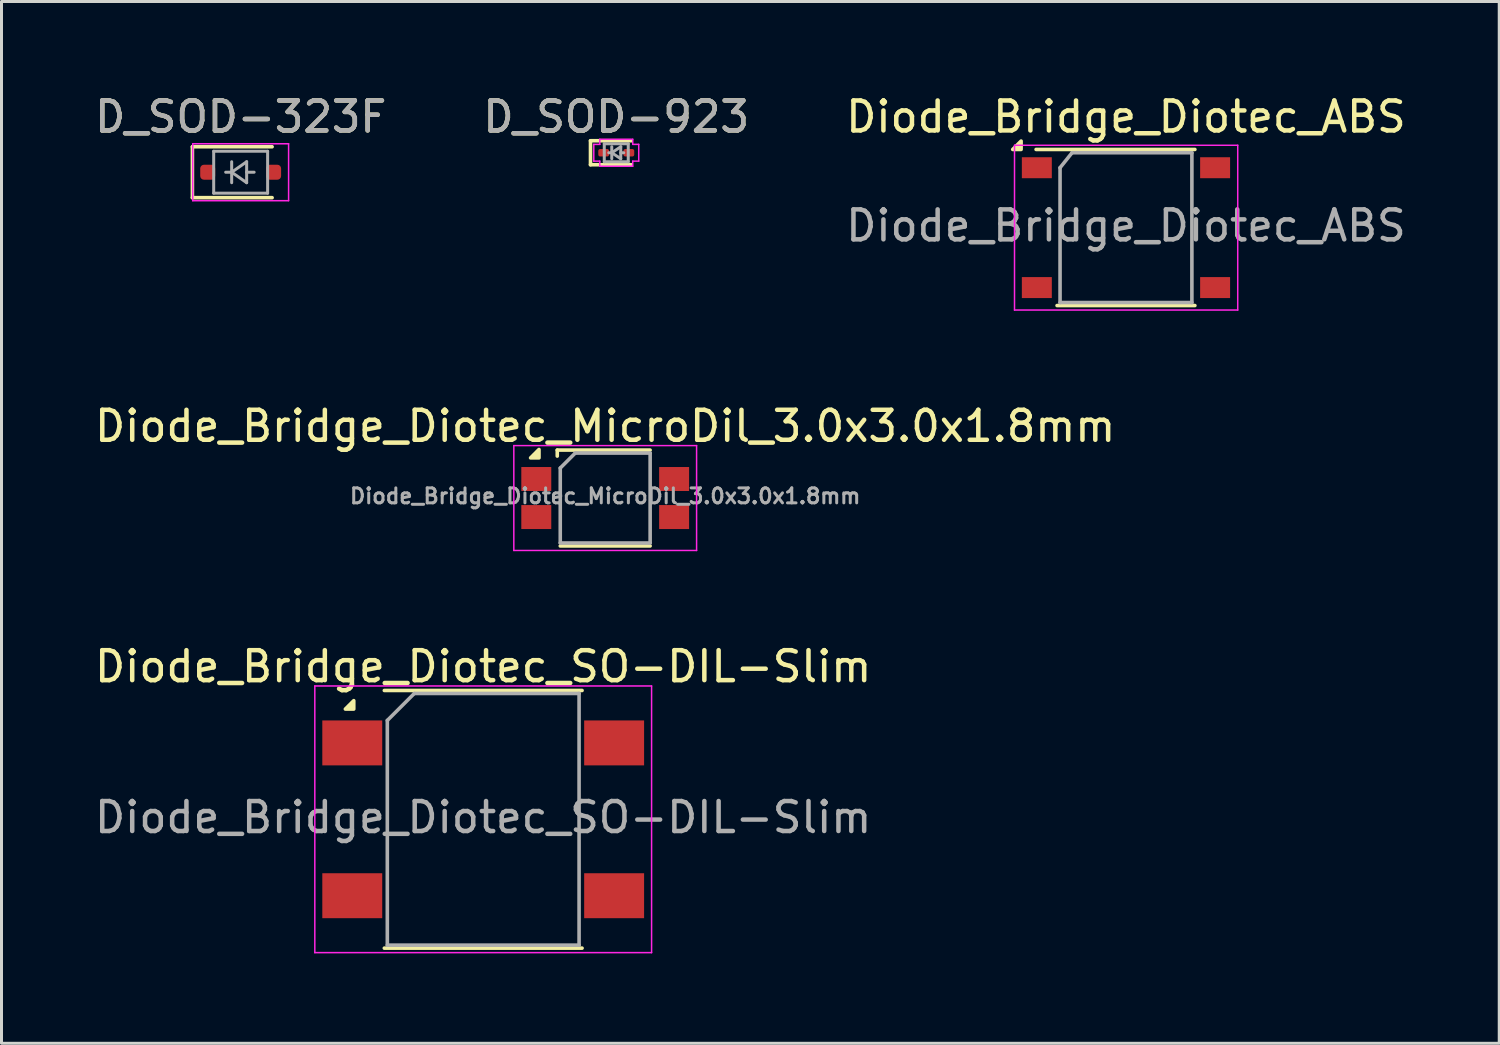
<source format=kicad_pcb>
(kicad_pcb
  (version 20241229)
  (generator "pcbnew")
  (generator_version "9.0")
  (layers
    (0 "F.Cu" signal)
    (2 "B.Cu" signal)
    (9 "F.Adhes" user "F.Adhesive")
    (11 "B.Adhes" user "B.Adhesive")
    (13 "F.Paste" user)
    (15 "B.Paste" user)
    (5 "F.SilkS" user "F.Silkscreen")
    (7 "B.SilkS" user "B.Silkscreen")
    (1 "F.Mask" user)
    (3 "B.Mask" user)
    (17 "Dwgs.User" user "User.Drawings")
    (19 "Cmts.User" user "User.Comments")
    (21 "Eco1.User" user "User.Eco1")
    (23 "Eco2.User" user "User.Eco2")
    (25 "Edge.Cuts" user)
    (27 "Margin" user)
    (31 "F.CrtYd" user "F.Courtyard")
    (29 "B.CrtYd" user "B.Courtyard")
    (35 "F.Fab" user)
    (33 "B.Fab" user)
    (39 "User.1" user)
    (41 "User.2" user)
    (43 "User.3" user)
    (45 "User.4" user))
  (footprint "Diode_Bridge_Diotec_MicroDil_3.0x3.0x1.8mm"
    (layer "F.Cu")
    (at 17.149 13.572)
    (property "Reference" "Diode_Bridge_Diotec_MicroDil_3.0x3.0x1.8mm" (at 0 -2.4 0) (layer "F.SilkS") (effects (font (size 1 1) (thickness 0.15))))
    (attr smd)
    (fp_line (start -1.6 -1.6) (end -1.6 -1.4) (stroke (width 0.12) (type solid)) (layer "F.SilkS"))
    (fp_line (start -1.5 1.6) (end 1.5 1.6) (stroke (width 0.12) (type solid)) (layer "F.SilkS"))
    (fp_line (start 1.5 -1.6) (end -1.6 -1.6) (stroke (width 0.12) (type solid)) (layer "F.SilkS"))
    (fp_poly (pts (xy -2.21 -1.34) (xy -2.49 -1.34) (xy -2.21 -1.62) (xy -2.21 -1.34)) (stroke (width 0.12) (type solid)) (fill yes) (layer "F.SilkS"))
    (fp_line (start -3.05 -1.75) (end -3.05 1.75) (stroke (width 0.05) (type solid)) (layer "F.CrtYd"))
    (fp_line (start -3.05 -1.75) (end 3.05 -1.75) (stroke (width 0.05) (type solid)) (layer "F.CrtYd"))
    (fp_line (start 3.05 1.75) (end -3.05 1.75) (stroke (width 0.05) (type solid)) (layer "F.CrtYd"))
    (fp_line (start 3.05 1.75) (end 3.05 -1.75) (stroke (width 0.05) (type solid)) (layer "F.CrtYd"))
    (fp_line (start -1.5 -1) (end -1.5 1.5) (stroke (width 0.12) (type solid)) (layer "F.Fab"))
    (fp_line (start -1.5 1.5) (end 1.5 1.5) (stroke (width 0.12) (type solid)) (layer "F.Fab"))
    (fp_line (start -1 -1.5) (end -1.5 -1) (stroke (width 0.12) (type solid)) (layer "F.Fab"))
    (fp_line (start 1.5 -1.5) (end -1 -1.5) (stroke (width 0.12) (type solid)) (layer "F.Fab"))
    (fp_line (start 1.5 1.5) (end 1.5 -1.5) (stroke (width 0.12) (type solid)) (layer "F.Fab"))
    (fp_text user "${REFERENCE}" (at 0 -0.065 0) (layer "F.Fab") (effects (font (size 0.5 0.5) (thickness 0.1))))
    (pad "1" smd rect (at -2.3 -0.635) (size 1 0.8) (layers "F.Cu" "F.Mask" "F.Paste"))
    (pad "2" smd rect (at -2.3 0.635) (size 1 0.8) (layers "F.Cu" "F.Mask" "F.Paste"))
    (pad "3" smd rect (at 2.3 0.635) (size 1 0.8) (layers "F.Cu" "F.Mask" "F.Paste"))
    (pad "4" smd rect (at 2.3 -0.635) (size 1 0.8) (layers "F.Cu" "F.Mask" "F.Paste")))
  (footprint "Diode_Bridge_Diotec_SO-DIL-Slim"
    (layer "F.Cu")
    (at 13.077 24.295)
    (property "Reference" "Diode_Bridge_Diotec_SO-DIL-Slim" (at 0 -5.1 0) (layer "F.SilkS") (effects (font (size 1 1) (thickness 0.15))))
    (attr smd)
    (fp_line (start -3.3 -4.3) (end 3.3 -4.3) (stroke (width 0.12) (type solid)) (layer "F.SilkS"))
    (fp_line (start -3.3 4.3) (end 3.3 4.3) (stroke (width 0.12) (type solid)) (layer "F.SilkS"))
    (fp_poly (pts (xy -4.32 -3.68) (xy -4.6 -3.68) (xy -4.32 -3.96) (xy -4.32 -3.68)) (stroke (width 0.12) (type solid)) (fill yes) (layer "F.SilkS"))
    (fp_line (start -5.62 -4.45) (end -5.62 4.45) (stroke (width 0.05) (type solid)) (layer "F.CrtYd"))
    (fp_line (start -5.62 -4.45) (end 5.62 -4.45) (stroke (width 0.05) (type solid)) (layer "F.CrtYd"))
    (fp_line (start 5.62 4.45) (end -5.62 4.45) (stroke (width 0.05) (type solid)) (layer "F.CrtYd"))
    (fp_line (start 5.62 4.45) (end 5.62 -4.45) (stroke (width 0.05) (type solid)) (layer "F.CrtYd"))
    (fp_line (start -3.2 -3.3) (end -2.3 -4.2) (stroke (width 0.12) (type solid)) (layer "F.Fab"))
    (fp_line (start -3.2 4.2) (end -3.2 -3.3) (stroke (width 0.12) (type solid)) (layer "F.Fab"))
    (fp_line (start -2.3 -4.2) (end 3.2 -4.2) (stroke (width 0.12) (type solid)) (layer "F.Fab"))
    (fp_line (start 3.2 -4.2) (end 3.2 4.2) (stroke (width 0.12) (type solid)) (layer "F.Fab"))
    (fp_line (start 3.2 4.2) (end -3.2 4.2) (stroke (width 0.12) (type solid)) (layer "F.Fab"))
    (fp_text user "${REFERENCE}" (at 0 -0.065 0) (layer "F.Fab") (effects (font (size 1 1) (thickness 0.15))))
    (pad "1" smd rect (at -4.37 -2.55) (size 2 1.5) (layers "F.Cu" "F.Mask" "F.Paste"))
    (pad "2" smd rect (at -4.37 2.55) (size 2 1.5) (layers "F.Cu" "F.Mask" "F.Paste"))
    (pad "3" smd rect (at 4.37 2.55) (size 2 1.5) (layers "F.Cu" "F.Mask" "F.Paste"))
    (pad "4" smd rect (at 4.37 -2.55) (size 2 1.5) (layers "F.Cu" "F.Mask" "F.Paste")))
  (footprint "D_SOD-323F"
    (layer "F.Cu")
    (at 4.982 2.698)
    (property "Reference" "D_SOD-323F" (at 0 -1.85 0) (layer "F.SilkS") (effects (font (size 1 1) (thickness 0.15))))
    (attr smd)
    (fp_line (start -1.61 -0.85) (end -1.61 0.85) (stroke (width 0.12) (type solid)) (layer "F.SilkS"))
    (fp_line (start -1.61 -0.85) (end 1.05 -0.85) (stroke (width 0.12) (type solid)) (layer "F.SilkS"))
    (fp_line (start -1.61 0.85) (end 1.05 0.85) (stroke (width 0.12) (type solid)) (layer "F.SilkS"))
    (fp_line (start -1.6 -0.95) (end -1.6 0.95) (stroke (width 0.05) (type solid)) (layer "F.CrtYd"))
    (fp_line (start -1.6 -0.95) (end 1.6 -0.95) (stroke (width 0.05) (type solid)) (layer "F.CrtYd"))
    (fp_line (start -1.6 0.95) (end 1.6 0.95) (stroke (width 0.05) (type solid)) (layer "F.CrtYd"))
    (fp_line (start 1.6 -0.95) (end 1.6 0.95) (stroke (width 0.05) (type solid)) (layer "F.CrtYd"))
    (fp_line (start -0.9 -0.7) (end 0.9 -0.7) (stroke (width 0.1) (type solid)) (layer "F.Fab"))
    (fp_line (start -0.9 0.7) (end -0.9 -0.7) (stroke (width 0.1) (type solid)) (layer "F.Fab"))
    (fp_line (start -0.3 -0.35) (end -0.3 0.35) (stroke (width 0.1) (type solid)) (layer "F.Fab"))
    (fp_line (start -0.3 0) (end -0.5 0) (stroke (width 0.1) (type solid)) (layer "F.Fab"))
    (fp_line (start -0.3 0) (end 0.2 -0.35) (stroke (width 0.1) (type solid)) (layer "F.Fab"))
    (fp_line (start 0.2 -0.35) (end 0.2 0.35) (stroke (width 0.1) (type solid)) (layer "F.Fab"))
    (fp_line (start 0.2 0) (end 0.45 0) (stroke (width 0.1) (type solid)) (layer "F.Fab"))
    (fp_line (start 0.2 0.35) (end -0.3 0) (stroke (width 0.1) (type solid)) (layer "F.Fab"))
    (fp_line (start 0.9 -0.7) (end 0.9 0.7) (stroke (width 0.1) (type solid)) (layer "F.Fab"))
    (fp_line (start 0.9 0.7) (end -0.9 0.7) (stroke (width 0.1) (type solid)) (layer "F.Fab"))
    (fp_text user "${REFERENCE}" (at 0 -1.85 0) (layer "F.Fab") (effects (font (size 1 1) (thickness 0.15))))
    (pad "1" smd roundrect (at -1.1 0) (size 0.5 0.5) (layers "F.Cu" "F.Mask" "F.Paste") (roundrect_rratio 0.25))
    (pad "2" smd roundrect (at 1.1 0) (size 0.5 0.5) (layers "F.Cu" "F.Mask" "F.Paste") (roundrect_rratio 0.25)))
  (footprint "Diode_Bridge_Diotec_ABS"
    (layer "F.Cu")
    (at 34.53 4.548)
    (property "Reference" "Diode_Bridge_Diotec_ABS" (at 0 -3.7 0) (layer "F.SilkS") (effects (font (size 1 1) (thickness 0.15))))
    (attr smd)
    (fp_line (start 2.3 -2.61) (end -3 -2.61) (stroke (width 0.12) (type solid)) (layer "F.SilkS"))
    (fp_line (start 2.3 2.6) (end -2.3 2.6) (stroke (width 0.12) (type solid)) (layer "F.SilkS"))
    (fp_poly (pts (xy -3.5 -2.61) (xy -3.78 -2.61) (xy -3.5 -2.89) (xy -3.5 -2.61)) (stroke (width 0.12) (type solid)) (fill yes) (layer "F.SilkS"))
    (fp_line (start -3.72 -2.75) (end -3.72 2.75) (stroke (width 0.05) (type solid)) (layer "F.CrtYd"))
    (fp_line (start -3.72 -2.75) (end 3.73 -2.75) (stroke (width 0.05) (type solid)) (layer "F.CrtYd"))
    (fp_line (start 3.73 2.75) (end -3.72 2.75) (stroke (width 0.05) (type solid)) (layer "F.CrtYd"))
    (fp_line (start 3.73 2.75) (end 3.73 -2.75) (stroke (width 0.05) (type solid)) (layer "F.CrtYd"))
    (fp_line (start -2.2 -2) (end -2.2 2.5) (stroke (width 0.12) (type solid)) (layer "F.Fab"))
    (fp_line (start -2.2 2.5) (end 2.2 2.5) (stroke (width 0.12) (type solid)) (layer "F.Fab"))
    (fp_line (start -1.8 -2.5) (end -2.2 -2) (stroke (width 0.12) (type solid)) (layer "F.Fab"))
    (fp_line (start 2.2 -2.5) (end -1.8 -2.5) (stroke (width 0.12) (type solid)) (layer "F.Fab"))
    (fp_line (start 2.2 2.5) (end 2.2 -2.5) (stroke (width 0.12) (type solid)) (layer "F.Fab"))
    (fp_text user "${REFERENCE}" (at 0 -0.065 0) (layer "F.Fab") (effects (font (size 1 1) (thickness 0.15))))
    (pad "1" smd rect (at -2.975 -2) (size 1 0.7) (layers "F.Cu" "F.Mask" "F.Paste"))
    (pad "2" smd rect (at -2.975 2) (size 1 0.7) (layers "F.Cu" "F.Mask" "F.Paste"))
    (pad "3" smd rect (at 2.975 2) (size 1 0.7) (layers "F.Cu" "F.Mask" "F.Paste"))
    (pad "4" smd rect (at 2.975 -2) (size 1 0.7) (layers "F.Cu" "F.Mask" "F.Paste")))
  (footprint "D_SOD-923"
    (layer "F.Cu")
    (at 17.518 2.048)
    (property "Reference" "D_SOD-923" (at 0 -1.2 0) (layer "F.SilkS") (effects (font (size 1 1) (thickness 0.15))))
    (attr smd)
    (fp_line (start -0.86 -0.4) (end -0.86 0.4) (stroke (width 0.12) (type solid)) (layer "F.SilkS"))
    (fp_line (start 0.5 -0.4) (end -0.86 -0.4) (stroke (width 0.12) (type solid)) (layer "F.SilkS"))
    (fp_line (start 0.5 0.4) (end -0.86 0.4) (stroke (width 0.12) (type solid)) (layer "F.SilkS"))
    (fp_line (start -0.75 -0.28) (end -0.75 0.28) (stroke (width 0.05) (type solid)) (layer "F.CrtYd"))
    (fp_line (start -0.75 0.28) (end -0.55 0.28) (stroke (width 0.05) (type solid)) (layer "F.CrtYd"))
    (fp_line (start -0.55 -0.45) (end 0.55 -0.45) (stroke (width 0.05) (type solid)) (layer "F.CrtYd"))
    (fp_line (start -0.55 -0.28) (end -0.75 -0.28) (stroke (width 0.05) (type solid)) (layer "F.CrtYd"))
    (fp_line (start -0.55 -0.28) (end -0.55 -0.45) (stroke (width 0.05) (type solid)) (layer "F.CrtYd"))
    (fp_line (start -0.55 0.45) (end -0.55 0.28) (stroke (width 0.05) (type solid)) (layer "F.CrtYd"))
    (fp_line (start 0.55 -0.45) (end 0.55 -0.28) (stroke (width 0.05) (type solid)) (layer "F.CrtYd"))
    (fp_line (start 0.55 -0.28) (end 0.75 -0.28) (stroke (width 0.05) (type solid)) (layer "F.CrtYd"))
    (fp_line (start 0.55 0.28) (end 0.55 0.45) (stroke (width 0.05) (type solid)) (layer "F.CrtYd"))
    (fp_line (start 0.55 0.45) (end -0.55 0.45) (stroke (width 0.05) (type solid)) (layer "F.CrtYd"))
    (fp_line (start 0.75 -0.28) (end 0.75 0.28) (stroke (width 0.05) (type solid)) (layer "F.CrtYd"))
    (fp_line (start 0.75 0.28) (end 0.55 0.28) (stroke (width 0.05) (type solid)) (layer "F.CrtYd"))
    (fp_line (start -0.4 -0.3) (end 0.4 -0.3) (stroke (width 0.1) (type solid)) (layer "F.Fab"))
    (fp_line (start -0.4 0.3) (end -0.4 -0.3) (stroke (width 0.1) (type solid)) (layer "F.Fab"))
    (fp_line (start -0.15 0) (end -0.25 0) (stroke (width 0.1) (type solid)) (layer "F.Fab"))
    (fp_line (start -0.15 0) (end 0.15 0.2) (stroke (width 0.1) (type solid)) (layer "F.Fab"))
    (fp_line (start -0.15 0.2) (end -0.15 -0.2) (stroke (width 0.1) (type solid)) (layer "F.Fab"))
    (fp_line (start 0.15 -0.2) (end -0.15 0) (stroke (width 0.1) (type solid)) (layer "F.Fab"))
    (fp_line (start 0.15 0) (end 0.25 0) (stroke (width 0.1) (type solid)) (layer "F.Fab"))
    (fp_line (start 0.15 0.2) (end 0.15 -0.2) (stroke (width 0.1) (type solid)) (layer "F.Fab"))
    (fp_line (start 0.4 -0.3) (end 0.4 0.3) (stroke (width 0.1) (type solid)) (layer "F.Fab"))
    (fp_line (start 0.4 0.3) (end -0.4 0.3) (stroke (width 0.1) (type solid)) (layer "F.Fab"))
    (fp_text user "${REFERENCE}" (at 0 -1.2 0) (layer "F.Fab") (effects (font (size 1 1) (thickness 0.15))))
    (pad "1" smd roundrect (at -0.42 0 180) (size 0.36 0.25) (layers "F.Cu" "F.Mask" "F.Paste") (roundrect_rratio 0.25))
    (pad "2" smd roundrect (at 0.42 0 180) (size 0.36 0.25) (layers "F.Cu" "F.Mask" "F.Paste") (roundrect_rratio 0.25)))
  (gr_rect
    (start -3 -3)
    (end 46.988 31.77)
    (stroke (width 0.1) (type default))
    (fill no)
    (layer "Edge.Cuts")))
</source>
